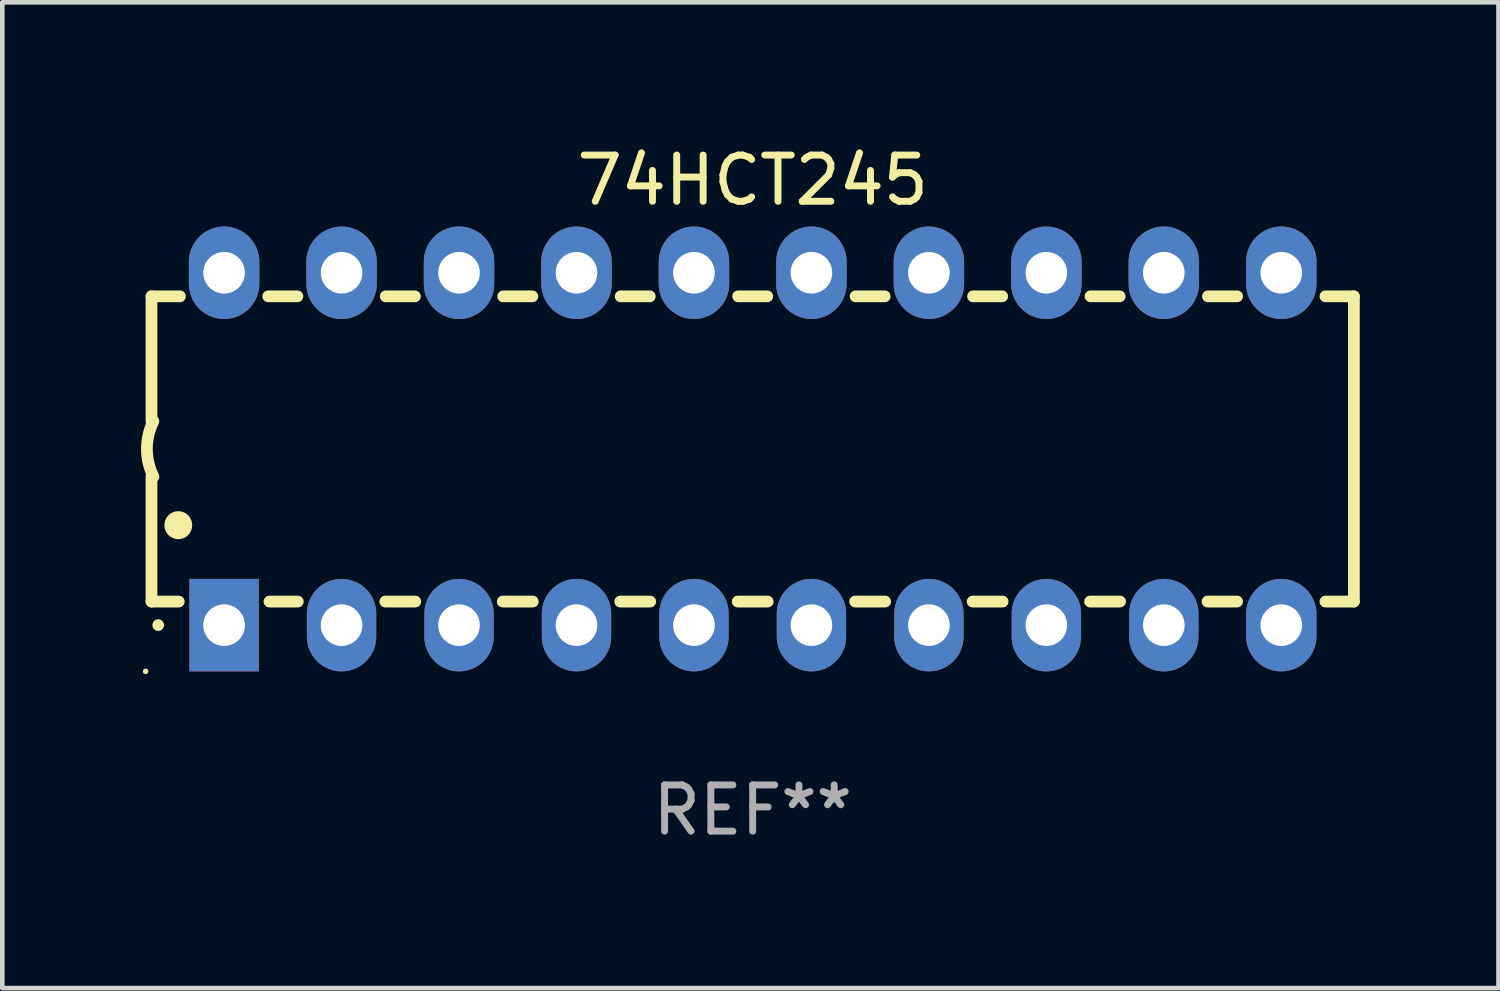
<source format=kicad_pcb>
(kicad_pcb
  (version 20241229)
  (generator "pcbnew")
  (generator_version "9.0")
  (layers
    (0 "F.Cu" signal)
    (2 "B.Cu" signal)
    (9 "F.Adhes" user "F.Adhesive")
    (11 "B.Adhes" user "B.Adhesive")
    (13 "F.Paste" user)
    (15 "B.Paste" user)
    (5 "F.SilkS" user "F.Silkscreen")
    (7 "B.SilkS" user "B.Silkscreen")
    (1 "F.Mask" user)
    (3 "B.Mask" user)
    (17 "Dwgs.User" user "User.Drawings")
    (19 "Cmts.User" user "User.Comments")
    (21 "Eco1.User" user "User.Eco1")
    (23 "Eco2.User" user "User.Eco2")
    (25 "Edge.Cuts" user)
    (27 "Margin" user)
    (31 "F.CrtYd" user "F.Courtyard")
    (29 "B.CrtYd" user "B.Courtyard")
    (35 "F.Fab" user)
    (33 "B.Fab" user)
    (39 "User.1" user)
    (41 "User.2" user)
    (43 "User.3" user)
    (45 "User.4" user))
  (footprint "74HCT245"
    (layer "F.Cu")
    (at 13.226 6.658)
    (property "Reference" "74HCT245" (at 0 -5.81 0) (layer "F.SilkS") (effects (font (size 1 1) (thickness 0.15))))
    (attr through_hole)
    (fp_line (start -13 -3.3) (end -12.385 -3.3) (stroke (width 0.254) (type solid)) (layer "F.SilkS"))
    (fp_line (start -13 -0.6) (end -13 -3.3) (stroke (width 0.254) (type solid)) (layer "F.SilkS"))
    (fp_line (start -13 3.3) (end -13 0.6) (stroke (width 0.254) (type solid)) (layer "F.SilkS"))
    (fp_line (start -13 3.3) (end -12.411 3.3) (stroke (width 0.254) (type solid)) (layer "F.SilkS"))
    (fp_line (start -10.475 -3.3) (end -9.845 -3.3) (stroke (width 0.254) (type solid)) (layer "F.SilkS"))
    (fp_line (start -10.449 3.3) (end -9.836 3.3) (stroke (width 0.254) (type solid)) (layer "F.SilkS"))
    (fp_line (start -7.944 3.3) (end -7.296 3.3) (stroke (width 0.254) (type solid)) (layer "F.SilkS"))
    (fp_line (start -7.935 -3.3) (end -7.305 -3.3) (stroke (width 0.254) (type solid)) (layer "F.SilkS"))
    (fp_line (start -5.404 3.3) (end -4.756 3.3) (stroke (width 0.254) (type solid)) (layer "F.SilkS"))
    (fp_line (start -5.395 -3.3) (end -4.765 -3.3) (stroke (width 0.254) (type solid)) (layer "F.SilkS"))
    (fp_line (start -2.864 3.3) (end -2.216 3.3) (stroke (width 0.254) (type solid)) (layer "F.SilkS"))
    (fp_line (start -2.855 -3.3) (end -2.225 -3.3) (stroke (width 0.254) (type solid)) (layer "F.SilkS"))
    (fp_line (start -0.324 3.3) (end 0.324 3.3) (stroke (width 0.254) (type solid)) (layer "F.SilkS"))
    (fp_line (start -0.315 -3.3) (end 0.315 -3.3) (stroke (width 0.254) (type solid)) (layer "F.SilkS"))
    (fp_line (start 2.216 3.3) (end 2.864 3.3) (stroke (width 0.254) (type solid)) (layer "F.SilkS"))
    (fp_line (start 2.225 -3.3) (end 2.855 -3.3) (stroke (width 0.254) (type solid)) (layer "F.SilkS"))
    (fp_line (start 4.756 3.3) (end 5.404 3.3) (stroke (width 0.254) (type solid)) (layer "F.SilkS"))
    (fp_line (start 4.765 -3.3) (end 5.395 -3.3) (stroke (width 0.254) (type solid)) (layer "F.SilkS"))
    (fp_line (start 7.296 3.3) (end 7.944 3.3) (stroke (width 0.254) (type solid)) (layer "F.SilkS"))
    (fp_line (start 7.305 -3.3) (end 7.935 -3.3) (stroke (width 0.254) (type solid)) (layer "F.SilkS"))
    (fp_line (start 9.836 3.3) (end 10.475 3.3) (stroke (width 0.254) (type solid)) (layer "F.SilkS"))
    (fp_line (start 9.845 -3.3) (end 10.475 -3.3) (stroke (width 0.254) (type solid)) (layer "F.SilkS"))
    (fp_line (start 12.385 -3.3) (end 13 -3.3) (stroke (width 0.254) (type solid)) (layer "F.SilkS"))
    (fp_line (start 12.385 3.3) (end 13 3.3) (stroke (width 0.254) (type solid)) (layer "F.SilkS"))
    (fp_line (start 13 -3.3) (end 13 3.3) (stroke (width 0.254) (type solid)) (layer "F.SilkS"))
    (fp_arc (start -12.957557 0.599721) (mid -13.099295 0.000123) (end -12.958598 -0.599721) (stroke (width 0.254001) (type solid)) (layer "F.SilkS"))
    (fp_arc (start -12.854966 3.810008) (mid -12.854973 3.808738) (end -12.854966 3.807468) (stroke (width 0.25) (type solid)) (layer "F.SilkS"))
    (fp_arc (start -12.420625 1.651003) (mid -12.420636 1.648463) (end -12.420625 1.645923) (stroke (width 0.6) (type solid)) (layer "F.SilkS"))
    (fp_circle (center -13.127 4.81) (end -13.097 4.81) (stroke (width 0.06) (type solid)) (fill no) (layer "F.SilkS"))
    (fp_text user "REF**" (at 0 7.81 0) (layer "F.Fab") (effects (font (size 1 1) (thickness 0.15))))
    (pad "1" thru_hole rect (at -11.43 3.81 90) (size 2 1.5) (drill 0.9) (layers "*.Cu" "*.Mask"))
    (pad "2" thru_hole oval (at -8.89 3.81 90) (size 2 1.5) (drill 0.9) (layers "*.Cu" "*.Mask"))
    (pad "3" thru_hole oval (at -6.35 3.81 90) (size 2 1.5) (drill 0.9) (layers "*.Cu" "*.Mask"))
    (pad "4" thru_hole oval (at -3.81 3.81 90) (size 2 1.5) (drill 0.9) (layers "*.Cu" "*.Mask"))
    (pad "5" thru_hole oval (at -1.27 3.81 90) (size 2 1.5) (drill 0.9) (layers "*.Cu" "*.Mask"))
    (pad "6" thru_hole oval (at 1.27 3.81 90) (size 2 1.5) (drill 0.9) (layers "*.Cu" "*.Mask"))
    (pad "7" thru_hole oval (at 3.81 3.81 90) (size 2 1.5) (drill 0.9) (layers "*.Cu" "*.Mask"))
    (pad "8" thru_hole oval (at 6.35 3.81 90) (size 2 1.5) (drill 0.9) (layers "*.Cu" "*.Mask"))
    (pad "9" thru_hole oval (at 8.89 3.81 90) (size 2 1.5) (drill 0.9) (layers "*.Cu" "*.Mask"))
    (pad "10" thru_hole oval (at 11.43 3.81 90) (size 2 1.524) (drill 0.9) (layers "*.Cu" "*.Mask"))
    (pad "11" thru_hole oval (at 11.43 -3.81 90) (size 2 1.524) (drill 0.9) (layers "*.Cu" "*.Mask"))
    (pad "12" thru_hole oval (at 8.89 -3.81 90) (size 2 1.524) (drill 0.9) (layers "*.Cu" "*.Mask"))
    (pad "13" thru_hole oval (at 6.35 -3.81 90) (size 2 1.524) (drill 0.9) (layers "*.Cu" "*.Mask"))
    (pad "14" thru_hole oval (at 3.81 -3.81 90) (size 2 1.524) (drill 0.9) (layers "*.Cu" "*.Mask"))
    (pad "15" thru_hole oval (at 1.27 -3.81 90) (size 2 1.524) (drill 0.9) (layers "*.Cu" "*.Mask"))
    (pad "16" thru_hole oval (at -1.27 -3.81 90) (size 2 1.524) (drill 0.9) (layers "*.Cu" "*.Mask"))
    (pad "17" thru_hole oval (at -3.81 -3.81 90) (size 2 1.524) (drill 0.9) (layers "*.Cu" "*.Mask"))
    (pad "18" thru_hole oval (at -6.35 -3.81 90) (size 2 1.524) (drill 0.9) (layers "*.Cu" "*.Mask"))
    (pad "19" thru_hole oval (at -8.89 -3.81 90) (size 2 1.524) (drill 0.9) (layers "*.Cu" "*.Mask"))
    (pad "20" thru_hole oval (at -11.43 -3.81 90) (size 2 1.524) (drill 0.9) (layers "*.Cu" "*.Mask")))
  (gr_rect
    (start -3 -3)
    (end 29.353 18.317)
    (stroke (width 0.1) (type default))
    (fill no)
    (layer "Edge.Cuts")))
</source>
